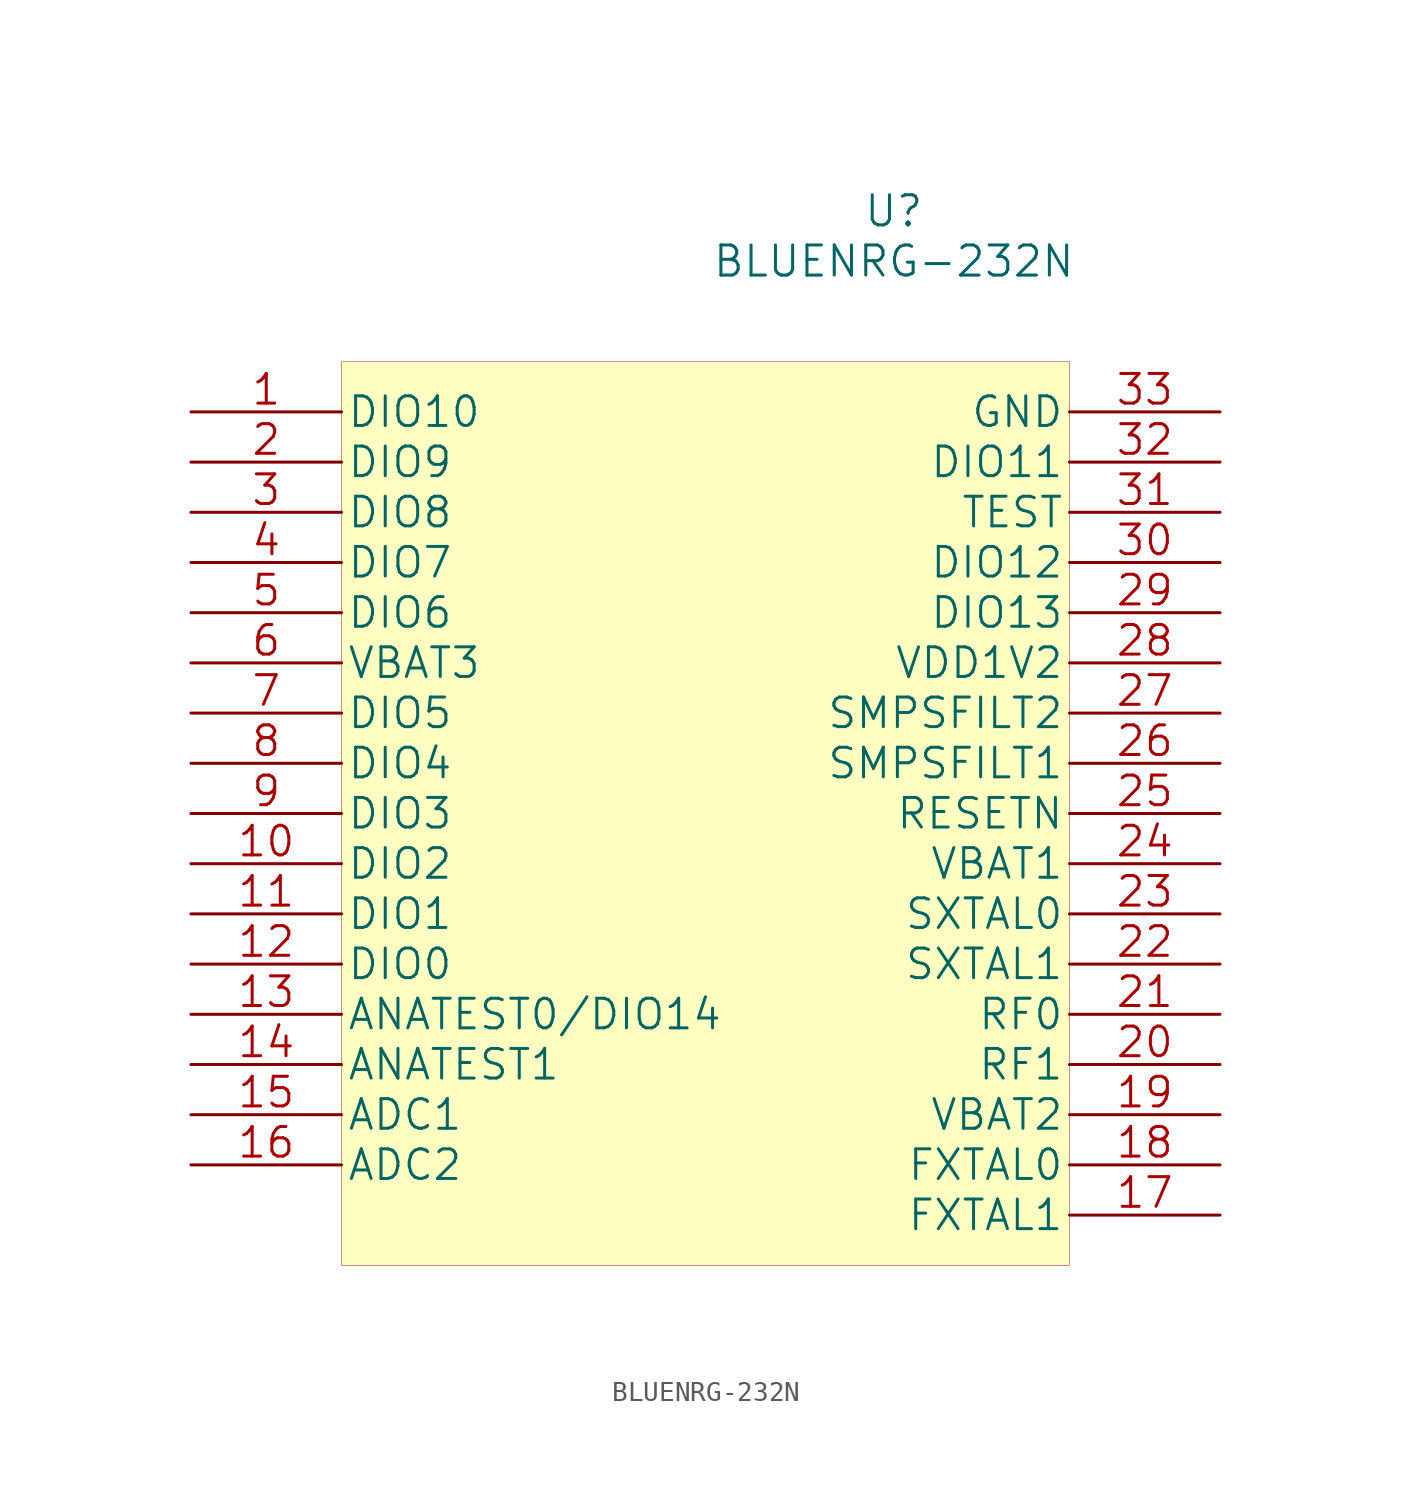
<source format=kicad_sym>
(kicad_symbol_lib
  (version 20201005)
  (generator kicad_symbol_editor)
  (symbol "BLUENRG-232N:BLUENRG-232N"
    (pin_names
      (offset 0.254))
    (property "Reference" "U"
      (at 7.62 30.48 0)
      (effects (font (size 1.524 1.524))))
    (property "Value" "BLUENRG-232N"
      (at 7.62 27.94 0)
      (effects (font (size 1.524 1.524))))
    (property "Datasheet" ""
      (at -27.94 20.32 0)
      (effects (font (size 1.524 1.524))))
    (symbol "BLUENRG-232N_0_1"
      (rectangle (start -20.32 22.86) (end 16.51 -22.86) (stroke (width 0.001)) (fill (type background))))
    (symbol "BLUENRG-232N_1_1"
      (pin bidirectional line (at -27.94 20.32 0) (length 7.62) (name "DIO10" (effects (font (size 1.499 1.499)))) (number "1" (effects (font (size 1.499 1.499)))))
      (pin bidirectional line (at -27.94 -2.54 0) (length 7.62) (name "DIO2" (effects (font (size 1.499 1.499)))) (number "10" (effects (font (size 1.499 1.499)))))
      (pin bidirectional line (at -27.94 -5.08 0) (length 7.62) (name "DIO1" (effects (font (size 1.499 1.499)))) (number "11" (effects (font (size 1.499 1.499)))))
      (pin bidirectional line (at -27.94 -7.62 0) (length 7.62) (name "DIO0" (effects (font (size 1.499 1.499)))) (number "12" (effects (font (size 1.499 1.499)))))
      (pin bidirectional line (at -27.94 -10.16 0) (length 7.62) (name "ANATEST0/DIO14" (effects (font (size 1.499 1.499)))) (number "13" (effects (font (size 1.499 1.499)))))
      (pin output line (at -27.94 -12.7 0) (length 7.62) (name "ANATEST1" (effects (font (size 1.499 1.499)))) (number "14" (effects (font (size 1.499 1.499)))))
      (pin input line (at -27.94 -15.24 0) (length 7.62) (name "ADC1" (effects (font (size 1.499 1.499)))) (number "15" (effects (font (size 1.499 1.499)))))
      (pin input line (at -27.94 -17.78 0) (length 7.62) (name "ADC2" (effects (font (size 1.499 1.499)))) (number "16" (effects (font (size 1.499 1.499)))))
      (pin input line (at 24.13 -20.32 180) (length 7.62) (name "FXTAL1" (effects (font (size 1.499 1.499)))) (number "17" (effects (font (size 1.499 1.499)))))
      (pin input line (at 24.13 -17.78 180) (length 7.62) (name "FXTAL0" (effects (font (size 1.499 1.499)))) (number "18" (effects (font (size 1.499 1.499)))))
      (pin power_in line (at 24.13 -15.24 180) (length 7.62) (name "VBAT2" (effects (font (size 1.499 1.499)))) (number "19" (effects (font (size 1.499 1.499)))))
      (pin bidirectional line (at -27.94 17.78 0) (length 7.62) (name "DIO9" (effects (font (size 1.499 1.499)))) (number "2" (effects (font (size 1.499 1.499)))))
      (pin bidirectional line (at 24.13 -12.7 180) (length 7.62) (name "RF1" (effects (font (size 1.499 1.499)))) (number "20" (effects (font (size 1.499 1.499)))))
      (pin bidirectional line (at 24.13 -10.16 180) (length 7.62) (name "RF0" (effects (font (size 1.499 1.499)))) (number "21" (effects (font (size 1.499 1.499)))))
      (pin input line (at 24.13 -7.62 180) (length 7.62) (name "SXTAL1" (effects (font (size 1.499 1.499)))) (number "22" (effects (font (size 1.499 1.499)))))
      (pin input line (at 24.13 -5.08 180) (length 7.62) (name "SXTAL0" (effects (font (size 1.499 1.499)))) (number "23" (effects (font (size 1.499 1.499)))))
      (pin bidirectional line (at 24.13 -2.54 180) (length 7.62) (name "VBAT1" (effects (font (size 1.499 1.499)))) (number "24" (effects (font (size 1.499 1.499)))))
      (pin input line (at 24.13 0 180) (length 7.62) (name "RESETN" (effects (font (size 1.499 1.499)))) (number "25" (effects (font (size 1.499 1.499)))))
      (pin input line (at 24.13 2.54 180) (length 7.62) (name "SMPSFILT1" (effects (font (size 1.499 1.499)))) (number "26" (effects (font (size 1.499 1.499)))))
      (pin bidirectional line (at 24.13 5.08 180) (length 7.62) (name "SMPSFILT2" (effects (font (size 1.499 1.499)))) (number "27" (effects (font (size 1.499 1.499)))))
      (pin power_in line (at 24.13 7.62 180) (length 7.62) (name "VDD1V2" (effects (font (size 1.499 1.499)))) (number "28" (effects (font (size 1.499 1.499)))))
      (pin bidirectional line (at 24.13 10.16 180) (length 7.62) (name "DIO13" (effects (font (size 1.499 1.499)))) (number "29" (effects (font (size 1.499 1.499)))))
      (pin bidirectional line (at -27.94 15.24 0) (length 7.62) (name "DIO8" (effects (font (size 1.499 1.499)))) (number "3" (effects (font (size 1.499 1.499)))))
      (pin bidirectional line (at 24.13 12.7 180) (length 7.62) (name "DIO12" (effects (font (size 1.499 1.499)))) (number "30" (effects (font (size 1.499 1.499)))))
      (pin input line (at 24.13 15.24 180) (length 7.62) (name "TEST" (effects (font (size 1.499 1.499)))) (number "31" (effects (font (size 1.499 1.499)))))
      (pin bidirectional line (at 24.13 17.78 180) (length 7.62) (name "DIO11" (effects (font (size 1.499 1.499)))) (number "32" (effects (font (size 1.499 1.499)))))
      (pin power_in line (at 24.13 20.32 180) (length 7.62) (name "GND" (effects (font (size 1.499 1.499)))) (number "33" (effects (font (size 1.499 1.499)))))
      (pin bidirectional line (at -27.94 12.7 0) (length 7.62) (name "DIO7" (effects (font (size 1.499 1.499)))) (number "4" (effects (font (size 1.499 1.499)))))
      (pin bidirectional line (at -27.94 10.16 0) (length 7.62) (name "DIO6" (effects (font (size 1.499 1.499)))) (number "5" (effects (font (size 1.499 1.499)))))
      (pin power_in line (at -27.94 7.62 0) (length 7.62) (name "VBAT3" (effects (font (size 1.499 1.499)))) (number "6" (effects (font (size 1.499 1.499)))))
      (pin bidirectional line (at -27.94 5.08 0) (length 7.62) (name "DIO5" (effects (font (size 1.499 1.499)))) (number "7" (effects (font (size 1.499 1.499)))))
      (pin bidirectional line (at -27.94 2.54 0) (length 7.62) (name "DIO4" (effects (font (size 1.499 1.499)))) (number "8" (effects (font (size 1.499 1.499)))))
      (pin bidirectional line (at -27.94 0 0) (length 7.62) (name "DIO3" (effects (font (size 1.499 1.499)))) (number "9" (effects (font (size 1.499 1.499))))))))
</source>
